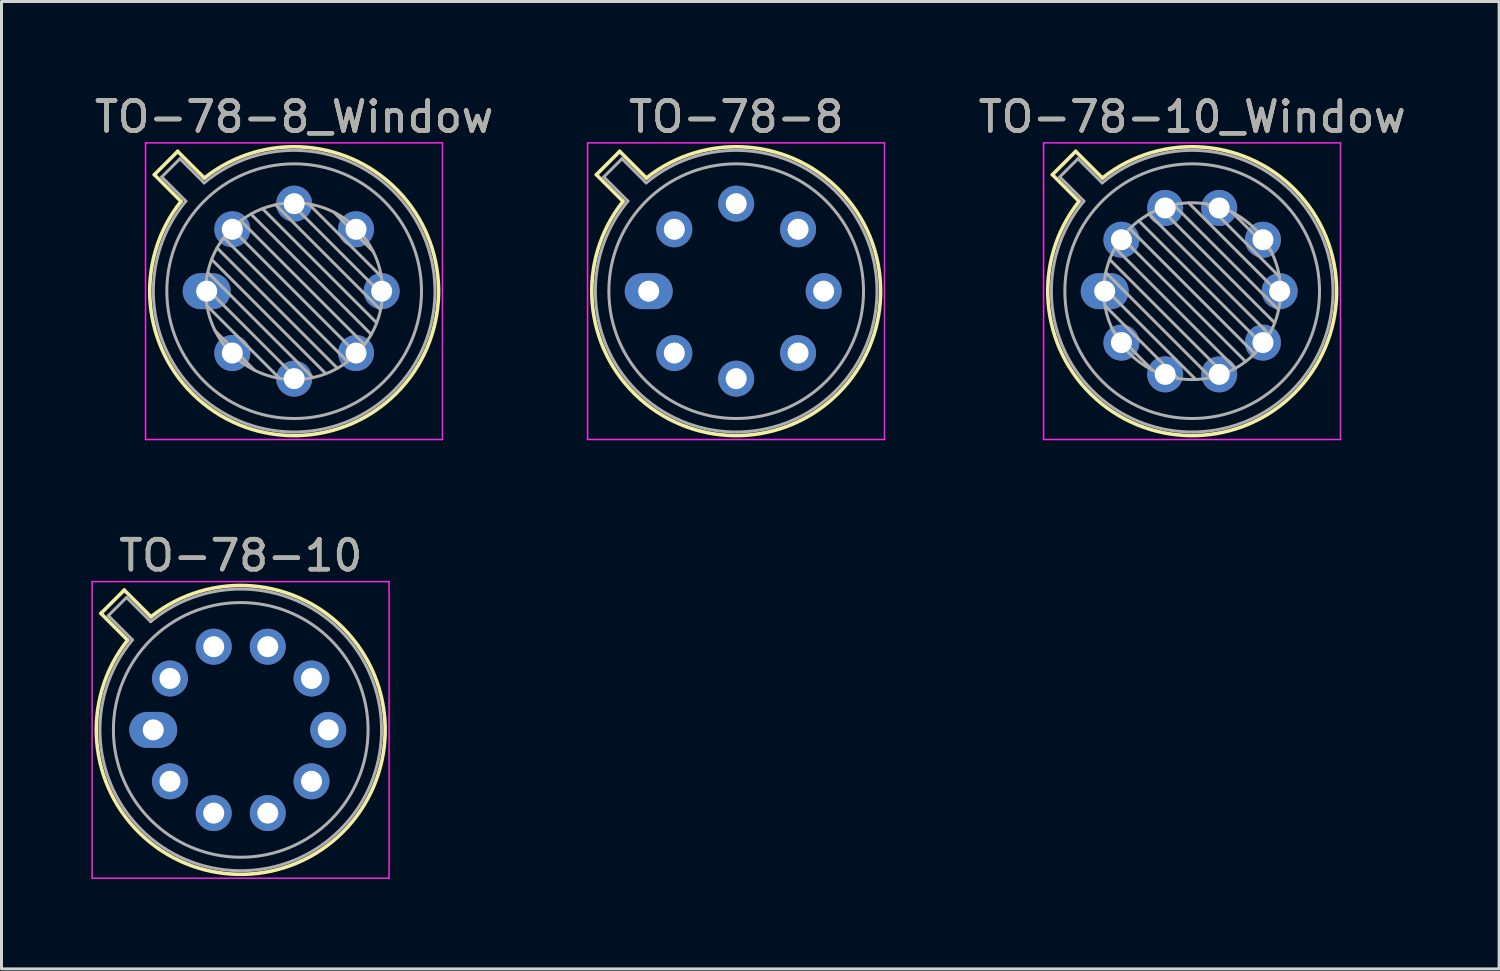
<source format=kicad_pcb>
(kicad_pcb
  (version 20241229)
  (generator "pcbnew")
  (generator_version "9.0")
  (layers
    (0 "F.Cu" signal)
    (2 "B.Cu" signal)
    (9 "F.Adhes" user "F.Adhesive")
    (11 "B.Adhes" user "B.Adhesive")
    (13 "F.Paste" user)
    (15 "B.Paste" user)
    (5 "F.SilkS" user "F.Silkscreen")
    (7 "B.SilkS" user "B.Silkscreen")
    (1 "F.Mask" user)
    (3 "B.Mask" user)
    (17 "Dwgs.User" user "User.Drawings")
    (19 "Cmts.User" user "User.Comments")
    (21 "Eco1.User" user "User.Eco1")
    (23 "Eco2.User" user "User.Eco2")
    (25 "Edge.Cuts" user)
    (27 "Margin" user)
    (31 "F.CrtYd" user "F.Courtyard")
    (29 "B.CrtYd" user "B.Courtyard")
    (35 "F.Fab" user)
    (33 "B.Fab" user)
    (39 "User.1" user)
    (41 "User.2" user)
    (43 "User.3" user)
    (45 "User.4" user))
  (footprint "TO-78-8_Window"
    (layer "F.Cu")
    (at 3.848 6.668)
    (property "Reference" "TO-78-8_Window" (at 2.92 -5.82 0) (layer "F.SilkS") (effects (font (size 1 1) (thickness 0.15))))
    (attr through_hole)
    (fp_line (start -1.746 -3.888) (end -0.855 -2.997) (stroke (width 0.12) (type solid)) (layer "F.SilkS"))
    (fp_line (start -0.968 -4.666) (end -1.746 -3.888) (stroke (width 0.12) (type solid)) (layer "F.SilkS"))
    (fp_line (start -0.077 -3.775) (end -0.968 -4.666) (stroke (width 0.12) (type solid)) (layer "F.SilkS"))
    (fp_arc (start -0.077084 -3.774902) (mid 6.328125 3.408384) (end -0.854674 -2.997371) (stroke (width 0.12) (type solid)) (layer "F.SilkS"))
    (fp_line (start -2.04 -4.95) (end -2.04 4.95) (stroke (width 0.05) (type solid)) (layer "F.CrtYd"))
    (fp_line (start -2.04 4.95) (end 7.87 4.95) (stroke (width 0.05) (type solid)) (layer "F.CrtYd"))
    (fp_line (start 7.87 -4.95) (end -2.04 -4.95) (stroke (width 0.05) (type solid)) (layer "F.CrtYd"))
    (fp_line (start 7.87 4.95) (end 7.87 -4.95) (stroke (width 0.05) (type solid)) (layer "F.CrtYd"))
    (fp_line (start -1.5 -3.812) (end -0.694 -3.005) (stroke (width 0.1) (type solid)) (layer "F.Fab"))
    (fp_line (start -0.892 -4.42) (end -1.5 -3.812) (stroke (width 0.1) (type solid)) (layer "F.Fab"))
    (fp_line (start -0.085 -3.614) (end -0.892 -4.42) (stroke (width 0.1) (type solid)) (layer "F.Fab"))
    (fp_line (start -0.028 -0.12) (end 3.04 2.948) (stroke (width 0.1) (type solid)) (layer "F.Fab"))
    (fp_line (start 0.009 0.485) (end 2.435 2.911) (stroke (width 0.1) (type solid)) (layer "F.Fab"))
    (fp_line (start 0.036 -0.622) (end 3.542 2.884) (stroke (width 0.1) (type solid)) (layer "F.Fab"))
    (fp_line (start 0.165 -1.058) (end 3.978 2.755) (stroke (width 0.1) (type solid)) (layer "F.Fab"))
    (fp_line (start 0.283 1.324) (end 1.596 2.637) (stroke (width 0.1) (type solid)) (layer "F.Fab"))
    (fp_line (start 0.346 -1.443) (end 4.363 2.574) (stroke (width 0.1) (type solid)) (layer "F.Fab"))
    (fp_line (start 0.57 -1.784) (end 4.704 2.35) (stroke (width 0.1) (type solid)) (layer "F.Fab"))
    (fp_line (start 0.834 -2.086) (end 5.006 2.086) (stroke (width 0.1) (type solid)) (layer "F.Fab"))
    (fp_line (start 1.136 -2.35) (end 5.27 1.784) (stroke (width 0.1) (type solid)) (layer "F.Fab"))
    (fp_line (start 1.477 -2.574) (end 5.494 1.443) (stroke (width 0.1) (type solid)) (layer "F.Fab"))
    (fp_line (start 1.862 -2.755) (end 5.675 1.058) (stroke (width 0.1) (type solid)) (layer "F.Fab"))
    (fp_line (start 2.298 -2.884) (end 5.804 0.622) (stroke (width 0.1) (type solid)) (layer "F.Fab"))
    (fp_line (start 2.8 -2.948) (end 5.868 0.12) (stroke (width 0.1) (type solid)) (layer "F.Fab"))
    (fp_line (start 3.405 -2.911) (end 5.831 -0.485) (stroke (width 0.1) (type solid)) (layer "F.Fab"))
    (fp_line (start 4.244 -2.637) (end 5.557 -1.324) (stroke (width 0.1) (type solid)) (layer "F.Fab"))
    (fp_arc (start -0.085408 -3.61352) (mid 6.243443 3.323361) (end -0.693594 -3.005319) (stroke (width 0.1) (type solid)) (layer "F.Fab"))
    (fp_circle (center 2.92 0) (end 5.87 0) (stroke (width 0.1) (type solid)) (fill no) (layer "F.Fab"))
    (fp_circle (center 2.92 0) (end 7.17 0) (stroke (width 0.1) (type solid)) (fill no) (layer "F.Fab"))
    (fp_text user "${REFERENCE}" (at 2.92 -5.82 0) (layer "F.Fab") (effects (font (size 1 1) (thickness 0.15))))
    (pad "1" thru_hole oval (at 0 0) (size 1.6 1.2) (drill 0.7) (layers "*.Cu" "*.Mask"))
    (pad "2" thru_hole oval (at 0.855 2.065) (size 1.2 1.2) (drill 0.7) (layers "*.Cu" "*.Mask"))
    (pad "3" thru_hole oval (at 2.92 2.92) (size 1.2 1.2) (drill 0.7) (layers "*.Cu" "*.Mask"))
    (pad "4" thru_hole oval (at 4.985 2.065) (size 1.2 1.2) (drill 0.7) (layers "*.Cu" "*.Mask"))
    (pad "5" thru_hole oval (at 5.84 0) (size 1.2 1.2) (drill 0.7) (layers "*.Cu" "*.Mask"))
    (pad "6" thru_hole oval (at 4.985 -2.065) (size 1.2 1.2) (drill 0.7) (layers "*.Cu" "*.Mask"))
    (pad "7" thru_hole oval (at 2.92 -2.92) (size 1.2 1.2) (drill 0.7) (layers "*.Cu" "*.Mask"))
    (pad "8" thru_hole oval (at 0.855 -2.065) (size 1.2 1.2) (drill 0.7) (layers "*.Cu" "*.Mask")))
  (footprint "TO-78-10_Window"
    (layer "F.Cu")
    (at 33.82 6.668)
    (property "Reference" "TO-78-10_Window" (at 2.92 -5.82 0) (layer "F.SilkS") (effects (font (size 1 1) (thickness 0.15))))
    (attr through_hole)
    (fp_line (start -1.746 -3.888) (end -0.855 -2.997) (stroke (width 0.12) (type solid)) (layer "F.SilkS"))
    (fp_line (start -0.968 -4.666) (end -1.746 -3.888) (stroke (width 0.12) (type solid)) (layer "F.SilkS"))
    (fp_line (start -0.077 -3.775) (end -0.968 -4.666) (stroke (width 0.12) (type solid)) (layer "F.SilkS"))
    (fp_arc (start -0.077084 -3.774902) (mid 6.328125 3.408384) (end -0.854674 -2.997371) (stroke (width 0.12) (type solid)) (layer "F.SilkS"))
    (fp_line (start -2.04 -4.95) (end -2.04 4.95) (stroke (width 0.05) (type solid)) (layer "F.CrtYd"))
    (fp_line (start -2.04 4.95) (end 7.87 4.95) (stroke (width 0.05) (type solid)) (layer "F.CrtYd"))
    (fp_line (start 7.87 -4.95) (end -2.04 -4.95) (stroke (width 0.05) (type solid)) (layer "F.CrtYd"))
    (fp_line (start 7.87 4.95) (end 7.87 -4.95) (stroke (width 0.05) (type solid)) (layer "F.CrtYd"))
    (fp_line (start -1.5 -3.812) (end -0.694 -3.005) (stroke (width 0.1) (type solid)) (layer "F.Fab"))
    (fp_line (start -0.892 -4.42) (end -1.5 -3.812) (stroke (width 0.1) (type solid)) (layer "F.Fab"))
    (fp_line (start -0.085 -3.614) (end -0.892 -4.42) (stroke (width 0.1) (type solid)) (layer "F.Fab"))
    (fp_line (start -0.028 -0.12) (end 3.04 2.948) (stroke (width 0.1) (type solid)) (layer "F.Fab"))
    (fp_line (start 0.009 0.485) (end 2.435 2.911) (stroke (width 0.1) (type solid)) (layer "F.Fab"))
    (fp_line (start 0.036 -0.622) (end 3.542 2.884) (stroke (width 0.1) (type solid)) (layer "F.Fab"))
    (fp_line (start 0.165 -1.058) (end 3.978 2.755) (stroke (width 0.1) (type solid)) (layer "F.Fab"))
    (fp_line (start 0.283 1.324) (end 1.596 2.637) (stroke (width 0.1) (type solid)) (layer "F.Fab"))
    (fp_line (start 0.346 -1.443) (end 4.363 2.574) (stroke (width 0.1) (type solid)) (layer "F.Fab"))
    (fp_line (start 0.57 -1.784) (end 4.704 2.35) (stroke (width 0.1) (type solid)) (layer "F.Fab"))
    (fp_line (start 0.834 -2.086) (end 5.006 2.086) (stroke (width 0.1) (type solid)) (layer "F.Fab"))
    (fp_line (start 1.136 -2.35) (end 5.27 1.784) (stroke (width 0.1) (type solid)) (layer "F.Fab"))
    (fp_line (start 1.477 -2.574) (end 5.494 1.443) (stroke (width 0.1) (type solid)) (layer "F.Fab"))
    (fp_line (start 1.862 -2.755) (end 5.675 1.058) (stroke (width 0.1) (type solid)) (layer "F.Fab"))
    (fp_line (start 2.298 -2.884) (end 5.804 0.622) (stroke (width 0.1) (type solid)) (layer "F.Fab"))
    (fp_line (start 2.8 -2.948) (end 5.868 0.12) (stroke (width 0.1) (type solid)) (layer "F.Fab"))
    (fp_line (start 3.405 -2.911) (end 5.831 -0.485) (stroke (width 0.1) (type solid)) (layer "F.Fab"))
    (fp_line (start 4.244 -2.637) (end 5.557 -1.324) (stroke (width 0.1) (type solid)) (layer "F.Fab"))
    (fp_arc (start -0.085408 -3.61352) (mid 6.243443 3.323361) (end -0.693594 -3.005319) (stroke (width 0.1) (type solid)) (layer "F.Fab"))
    (fp_circle (center 2.92 0) (end 5.87 0) (stroke (width 0.1) (type solid)) (fill no) (layer "F.Fab"))
    (fp_circle (center 2.92 0) (end 7.17 0) (stroke (width 0.1) (type solid)) (fill no) (layer "F.Fab"))
    (fp_text user "${REFERENCE}" (at 2.92 -5.82 0) (layer "F.Fab") (effects (font (size 1 1) (thickness 0.15))))
    (pad "1" thru_hole oval (at 0 0) (size 1.6 1.2) (drill 0.7) (layers "*.Cu" "*.Mask"))
    (pad "2" thru_hole oval (at 0.558 1.716) (size 1.2 1.2) (drill 0.7) (layers "*.Cu" "*.Mask"))
    (pad "3" thru_hole oval (at 2.018 2.777) (size 1.2 1.2) (drill 0.7) (layers "*.Cu" "*.Mask"))
    (pad "4" thru_hole oval (at 3.822 2.777) (size 1.2 1.2) (drill 0.7) (layers "*.Cu" "*.Mask"))
    (pad "5" thru_hole oval (at 5.282 1.716) (size 1.2 1.2) (drill 0.7) (layers "*.Cu" "*.Mask"))
    (pad "6" thru_hole oval (at 5.84 0) (size 1.2 1.2) (drill 0.7) (layers "*.Cu" "*.Mask"))
    (pad "7" thru_hole oval (at 5.282 -1.716) (size 1.2 1.2) (drill 0.7) (layers "*.Cu" "*.Mask"))
    (pad "8" thru_hole oval (at 3.822 -2.777) (size 1.2 1.2) (drill 0.7) (layers "*.Cu" "*.Mask"))
    (pad "9" thru_hole oval (at 2.018 -2.777) (size 1.2 1.2) (drill 0.7) (layers "*.Cu" "*.Mask"))
    (pad "10" thru_hole oval (at 0.558 -1.716) (size 1.2 1.2) (drill 0.7) (layers "*.Cu" "*.Mask")))
  (footprint "TO-78-8"
    (layer "F.Cu")
    (at 18.601 6.668)
    (property "Reference" "TO-78-8" (at 2.92 -5.82 0) (layer "F.SilkS") (effects (font (size 1 1) (thickness 0.15))))
    (attr through_hole)
    (fp_line (start -1.746 -3.888) (end -0.855 -2.997) (stroke (width 0.12) (type solid)) (layer "F.SilkS"))
    (fp_line (start -0.968 -4.666) (end -1.746 -3.888) (stroke (width 0.12) (type solid)) (layer "F.SilkS"))
    (fp_line (start -0.077 -3.775) (end -0.968 -4.666) (stroke (width 0.12) (type solid)) (layer "F.SilkS"))
    (fp_arc (start -0.077084 -3.774902) (mid 6.328125 3.408384) (end -0.854674 -2.997371) (stroke (width 0.12) (type solid)) (layer "F.SilkS"))
    (fp_line (start -2.04 -4.95) (end -2.04 4.95) (stroke (width 0.05) (type solid)) (layer "F.CrtYd"))
    (fp_line (start -2.04 4.95) (end 7.87 4.95) (stroke (width 0.05) (type solid)) (layer "F.CrtYd"))
    (fp_line (start 7.87 -4.95) (end -2.04 -4.95) (stroke (width 0.05) (type solid)) (layer "F.CrtYd"))
    (fp_line (start 7.87 4.95) (end 7.87 -4.95) (stroke (width 0.05) (type solid)) (layer "F.CrtYd"))
    (fp_line (start -1.5 -3.812) (end -0.694 -3.005) (stroke (width 0.1) (type solid)) (layer "F.Fab"))
    (fp_line (start -0.892 -4.42) (end -1.5 -3.812) (stroke (width 0.1) (type solid)) (layer "F.Fab"))
    (fp_line (start -0.085 -3.614) (end -0.892 -4.42) (stroke (width 0.1) (type solid)) (layer "F.Fab"))
    (fp_arc (start -0.085408 -3.61352) (mid 6.243443 3.323361) (end -0.693594 -3.005319) (stroke (width 0.1) (type solid)) (layer "F.Fab"))
    (fp_circle (center 2.92 0) (end 7.17 0) (stroke (width 0.1) (type solid)) (fill no) (layer "F.Fab"))
    (fp_text user "${REFERENCE}" (at 2.92 -5.82 0) (layer "F.Fab") (effects (font (size 1 1) (thickness 0.15))))
    (pad "1" thru_hole oval (at 0 0) (size 1.6 1.2) (drill 0.7) (layers "*.Cu" "*.Mask"))
    (pad "2" thru_hole oval (at 0.855 2.065) (size 1.2 1.2) (drill 0.7) (layers "*.Cu" "*.Mask"))
    (pad "3" thru_hole oval (at 2.92 2.92) (size 1.2 1.2) (drill 0.7) (layers "*.Cu" "*.Mask"))
    (pad "4" thru_hole oval (at 4.985 2.065) (size 1.2 1.2) (drill 0.7) (layers "*.Cu" "*.Mask"))
    (pad "5" thru_hole oval (at 5.84 0) (size 1.2 1.2) (drill 0.7) (layers "*.Cu" "*.Mask"))
    (pad "6" thru_hole oval (at 4.985 -2.065) (size 1.2 1.2) (drill 0.7) (layers "*.Cu" "*.Mask"))
    (pad "7" thru_hole oval (at 2.92 -2.92) (size 1.2 1.2) (drill 0.7) (layers "*.Cu" "*.Mask"))
    (pad "8" thru_hole oval (at 0.855 -2.065) (size 1.2 1.2) (drill 0.7) (layers "*.Cu" "*.Mask")))
  (footprint "TO-78-10"
    (layer "F.Cu")
    (at 2.065 21.311)
    (property "Reference" "TO-78-10" (at 2.92 -5.82 0) (layer "F.SilkS") (effects (font (size 1 1) (thickness 0.15))))
    (attr through_hole)
    (fp_line (start -1.746 -3.888) (end -0.855 -2.997) (stroke (width 0.12) (type solid)) (layer "F.SilkS"))
    (fp_line (start -0.968 -4.666) (end -1.746 -3.888) (stroke (width 0.12) (type solid)) (layer "F.SilkS"))
    (fp_line (start -0.077 -3.775) (end -0.968 -4.666) (stroke (width 0.12) (type solid)) (layer "F.SilkS"))
    (fp_arc (start -0.077084 -3.774902) (mid 6.328125 3.408384) (end -0.854674 -2.997371) (stroke (width 0.12) (type solid)) (layer "F.SilkS"))
    (fp_line (start -2.04 -4.95) (end -2.04 4.95) (stroke (width 0.05) (type solid)) (layer "F.CrtYd"))
    (fp_line (start -2.04 4.95) (end 7.87 4.95) (stroke (width 0.05) (type solid)) (layer "F.CrtYd"))
    (fp_line (start 7.87 -4.95) (end -2.04 -4.95) (stroke (width 0.05) (type solid)) (layer "F.CrtYd"))
    (fp_line (start 7.87 4.95) (end 7.87 -4.95) (stroke (width 0.05) (type solid)) (layer "F.CrtYd"))
    (fp_line (start -1.5 -3.812) (end -0.694 -3.005) (stroke (width 0.1) (type solid)) (layer "F.Fab"))
    (fp_line (start -0.892 -4.42) (end -1.5 -3.812) (stroke (width 0.1) (type solid)) (layer "F.Fab"))
    (fp_line (start -0.085 -3.614) (end -0.892 -4.42) (stroke (width 0.1) (type solid)) (layer "F.Fab"))
    (fp_arc (start -0.085408 -3.61352) (mid 6.243443 3.323361) (end -0.693594 -3.005319) (stroke (width 0.1) (type solid)) (layer "F.Fab"))
    (fp_circle (center 2.92 0) (end 7.17 0) (stroke (width 0.1) (type solid)) (fill no) (layer "F.Fab"))
    (fp_text user "${REFERENCE}" (at 2.92 -5.82 0) (layer "F.Fab") (effects (font (size 1 1) (thickness 0.15))))
    (pad "1" thru_hole oval (at 0 0) (size 1.6 1.2) (drill 0.7) (layers "*.Cu" "*.Mask"))
    (pad "2" thru_hole oval (at 0.558 1.716) (size 1.2 1.2) (drill 0.7) (layers "*.Cu" "*.Mask"))
    (pad "3" thru_hole oval (at 2.018 2.777) (size 1.2 1.2) (drill 0.7) (layers "*.Cu" "*.Mask"))
    (pad "4" thru_hole oval (at 3.822 2.777) (size 1.2 1.2) (drill 0.7) (layers "*.Cu" "*.Mask"))
    (pad "5" thru_hole oval (at 5.282 1.716) (size 1.2 1.2) (drill 0.7) (layers "*.Cu" "*.Mask"))
    (pad "6" thru_hole oval (at 5.84 0) (size 1.2 1.2) (drill 0.7) (layers "*.Cu" "*.Mask"))
    (pad "7" thru_hole oval (at 5.282 -1.716) (size 1.2 1.2) (drill 0.7) (layers "*.Cu" "*.Mask"))
    (pad "8" thru_hole oval (at 3.822 -2.777) (size 1.2 1.2) (drill 0.7) (layers "*.Cu" "*.Mask"))
    (pad "9" thru_hole oval (at 2.018 -2.777) (size 1.2 1.2) (drill 0.7) (layers "*.Cu" "*.Mask"))
    (pad "10" thru_hole oval (at 0.558 -1.716) (size 1.2 1.2) (drill 0.7) (layers "*.Cu" "*.Mask")))
  (gr_rect
    (start -3 -3)
    (end 46.984 29.287)
    (stroke (width 0.1) (type default))
    (fill no)
    (layer "Edge.Cuts")))
</source>
